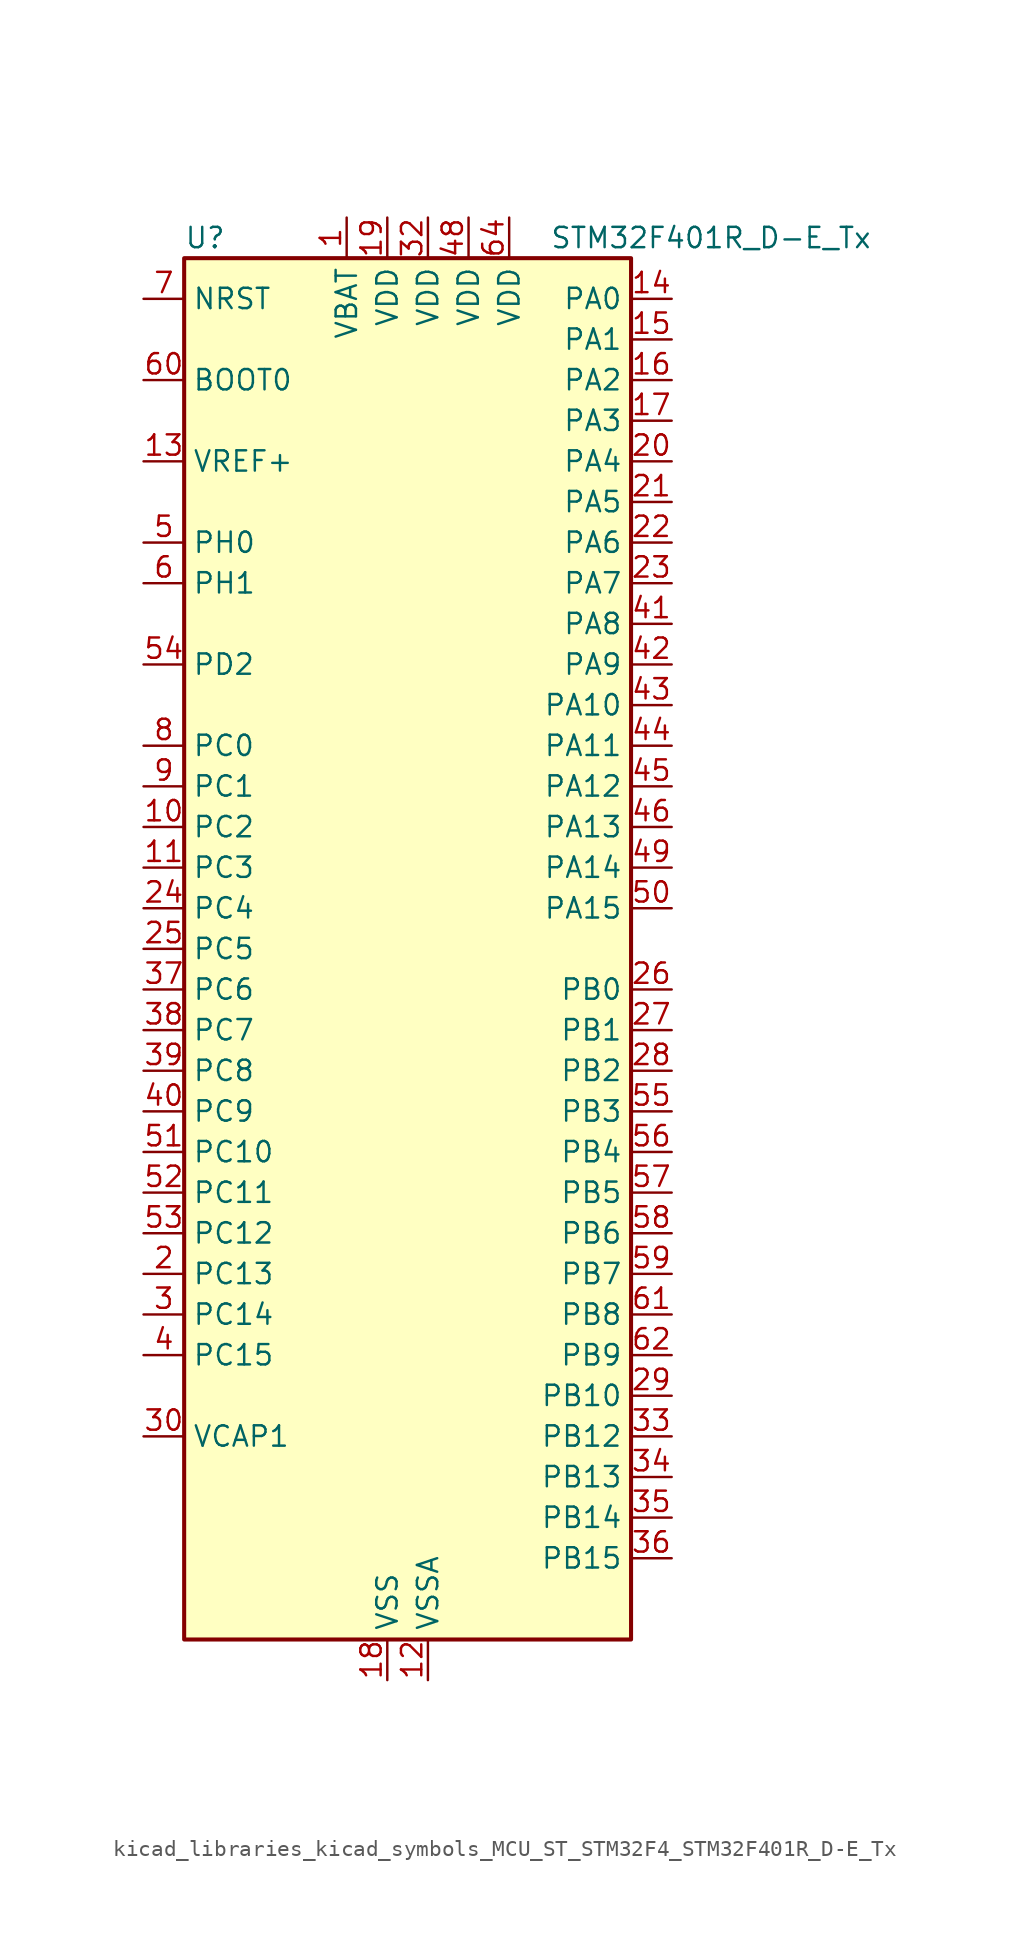
<source format=kicad_sym>
(kicad_symbol_lib
  (version 20220914)
  (generator kicad_symbol_editor)
  (symbol "kicad_libraries_kicad_symbols_MCU_ST_STM32F4_STM32F401R_D-E_Tx"
    (property "Reference" "U"
      (at -12.7 44.45 0)
      (effects (font (size 1.27 1.27)) (justify left)))
    (property "Value" "STM32F401R_D-E_Tx"
      (at 10.16 44.45 0)
      (effects (font (size 1.27 1.27)) (justify left)))
    (property "ki_locked" ""
      (at 0 0 0)
      (effects (font (size 1.27 1.27))))
    (symbol "kicad_libraries_kicad_symbols_MCU_ST_STM32F4_STM32F401R_D-E_Tx_0_1"
      (rectangle (start -12.7 -43.18) (end 15.24 43.18) (stroke (width 0.254) (type default)) (fill (type background))))
    (symbol "kicad_libraries_kicad_symbols_MCU_ST_STM32F4_STM32F401R_D-E_Tx_1_1"
      (pin power_in line (at -2.54 45.72 270) (length 2.54) (name "VBAT" (effects (font (size 1.27 1.27)))) (number "1" (effects (font (size 1.27 1.27)))))
      (pin bidirectional line (at -15.24 7.62 0) (length 2.54) (name "PC2" (effects (font (size 1.27 1.27)))) (number "10" (effects (font (size 1.27 1.27)))) (alternate "ADC1_IN12" bidirectional line) (alternate "I2S2_ext_SD" bidirectional line) (alternate "SPI2_MISO" bidirectional line))
      (pin bidirectional line (at -15.24 5.08 0) (length 2.54) (name "PC3" (effects (font (size 1.27 1.27)))) (number "11" (effects (font (size 1.27 1.27)))) (alternate "ADC1_IN13" bidirectional line) (alternate "I2S2_SD" bidirectional line) (alternate "SPI2_MOSI" bidirectional line))
      (pin power_in line (at 2.54 -45.72 90) (length 2.54) (name "VSSA" (effects (font (size 1.27 1.27)))) (number "12" (effects (font (size 1.27 1.27)))))
      (pin input line (at -15.24 30.48 0) (length 2.54) (name "VREF+" (effects (font (size 1.27 1.27)))) (number "13" (effects (font (size 1.27 1.27)))))
      (pin bidirectional line (at 17.78 40.64 180) (length 2.54) (name "PA0" (effects (font (size 1.27 1.27)))) (number "14" (effects (font (size 1.27 1.27)))) (alternate "ADC1_IN0" bidirectional line) (alternate "SYS_WKUP" bidirectional line) (alternate "TIM2_CH1" bidirectional line) (alternate "TIM2_ETR" bidirectional line) (alternate "TIM5_CH1" bidirectional line) (alternate "USART2_CTS" bidirectional line))
      (pin bidirectional line (at 17.78 38.1 180) (length 2.54) (name "PA1" (effects (font (size 1.27 1.27)))) (number "15" (effects (font (size 1.27 1.27)))) (alternate "ADC1_IN1" bidirectional line) (alternate "TIM2_CH2" bidirectional line) (alternate "TIM5_CH2" bidirectional line) (alternate "USART2_RTS" bidirectional line))
      (pin bidirectional line (at 17.78 35.56 180) (length 2.54) (name "PA2" (effects (font (size 1.27 1.27)))) (number "16" (effects (font (size 1.27 1.27)))) (alternate "ADC1_IN2" bidirectional line) (alternate "TIM2_CH3" bidirectional line) (alternate "TIM5_CH3" bidirectional line) (alternate "TIM9_CH1" bidirectional line) (alternate "USART2_TX" bidirectional line))
      (pin bidirectional line (at 17.78 33.02 180) (length 2.54) (name "PA3" (effects (font (size 1.27 1.27)))) (number "17" (effects (font (size 1.27 1.27)))) (alternate "ADC1_IN3" bidirectional line) (alternate "TIM2_CH4" bidirectional line) (alternate "TIM5_CH4" bidirectional line) (alternate "TIM9_CH2" bidirectional line) (alternate "USART2_RX" bidirectional line))
      (pin power_in line (at 0 -45.72 90) (length 2.54) (name "VSS" (effects (font (size 1.27 1.27)))) (number "18" (effects (font (size 1.27 1.27)))))
      (pin power_in line (at 0 45.72 270) (length 2.54) (name "VDD" (effects (font (size 1.27 1.27)))) (number "19" (effects (font (size 1.27 1.27)))))
      (pin bidirectional line (at -15.24 -20.32 0) (length 2.54) (name "PC13" (effects (font (size 1.27 1.27)))) (number "2" (effects (font (size 1.27 1.27)))) (alternate "RTC_AF1" bidirectional line))
      (pin bidirectional line (at 17.78 30.48 180) (length 2.54) (name "PA4" (effects (font (size 1.27 1.27)))) (number "20" (effects (font (size 1.27 1.27)))) (alternate "ADC1_IN4" bidirectional line) (alternate "I2S3_WS" bidirectional line) (alternate "SPI1_NSS" bidirectional line) (alternate "SPI3_NSS" bidirectional line) (alternate "USART2_CK" bidirectional line))
      (pin bidirectional line (at 17.78 27.94 180) (length 2.54) (name "PA5" (effects (font (size 1.27 1.27)))) (number "21" (effects (font (size 1.27 1.27)))) (alternate "ADC1_IN5" bidirectional line) (alternate "SPI1_SCK" bidirectional line) (alternate "TIM2_CH1" bidirectional line) (alternate "TIM2_ETR" bidirectional line))
      (pin bidirectional line (at 17.78 25.4 180) (length 2.54) (name "PA6" (effects (font (size 1.27 1.27)))) (number "22" (effects (font (size 1.27 1.27)))) (alternate "ADC1_IN6" bidirectional line) (alternate "SPI1_MISO" bidirectional line) (alternate "TIM1_BKIN" bidirectional line) (alternate "TIM3_CH1" bidirectional line))
      (pin bidirectional line (at 17.78 22.86 180) (length 2.54) (name "PA7" (effects (font (size 1.27 1.27)))) (number "23" (effects (font (size 1.27 1.27)))) (alternate "ADC1_IN7" bidirectional line) (alternate "SPI1_MOSI" bidirectional line) (alternate "TIM1_CH1N" bidirectional line) (alternate "TIM3_CH2" bidirectional line))
      (pin bidirectional line (at -15.24 2.54 0) (length 2.54) (name "PC4" (effects (font (size 1.27 1.27)))) (number "24" (effects (font (size 1.27 1.27)))) (alternate "ADC1_IN14" bidirectional line))
      (pin bidirectional line (at -15.24 0 0) (length 2.54) (name "PC5" (effects (font (size 1.27 1.27)))) (number "25" (effects (font (size 1.27 1.27)))) (alternate "ADC1_IN15" bidirectional line))
      (pin bidirectional line (at 17.78 -2.54 180) (length 2.54) (name "PB0" (effects (font (size 1.27 1.27)))) (number "26" (effects (font (size 1.27 1.27)))) (alternate "ADC1_IN8" bidirectional line) (alternate "TIM1_CH2N" bidirectional line) (alternate "TIM3_CH3" bidirectional line))
      (pin bidirectional line (at 17.78 -5.08 180) (length 2.54) (name "PB1" (effects (font (size 1.27 1.27)))) (number "27" (effects (font (size 1.27 1.27)))) (alternate "ADC1_IN9" bidirectional line) (alternate "TIM1_CH3N" bidirectional line) (alternate "TIM3_CH4" bidirectional line))
      (pin bidirectional line (at 17.78 -7.62 180) (length 2.54) (name "PB2" (effects (font (size 1.27 1.27)))) (number "28" (effects (font (size 1.27 1.27)))))
      (pin bidirectional line (at 17.78 -27.94 180) (length 2.54) (name "PB10" (effects (font (size 1.27 1.27)))) (number "29" (effects (font (size 1.27 1.27)))) (alternate "I2C2_SCL" bidirectional line) (alternate "I2S2_CK" bidirectional line) (alternate "SPI2_SCK" bidirectional line) (alternate "TIM2_CH3" bidirectional line))
      (pin bidirectional line (at -15.24 -22.86 0) (length 2.54) (name "PC14" (effects (font (size 1.27 1.27)))) (number "3" (effects (font (size 1.27 1.27)))) (alternate "RCC_OSC32_IN" bidirectional line))
      (pin power_out line (at -15.24 -30.48 0) (length 2.54) (name "VCAP1" (effects (font (size 1.27 1.27)))) (number "30" (effects (font (size 1.27 1.27)))))
      (pin passive line (at 0 -45.72 90) (length 2.54) hide (name "VSS" (effects (font (size 1.27 1.27)))) (number "31" (effects (font (size 1.27 1.27)))))
      (pin power_in line (at 2.54 45.72 270) (length 2.54) (name "VDD" (effects (font (size 1.27 1.27)))) (number "32" (effects (font (size 1.27 1.27)))))
      (pin bidirectional line (at 17.78 -30.48 180) (length 2.54) (name "PB12" (effects (font (size 1.27 1.27)))) (number "33" (effects (font (size 1.27 1.27)))) (alternate "I2C2_SMBA" bidirectional line) (alternate "I2S2_WS" bidirectional line) (alternate "SPI2_NSS" bidirectional line) (alternate "TIM1_BKIN" bidirectional line))
      (pin bidirectional line (at 17.78 -33.02 180) (length 2.54) (name "PB13" (effects (font (size 1.27 1.27)))) (number "34" (effects (font (size 1.27 1.27)))) (alternate "I2S2_CK" bidirectional line) (alternate "SPI2_SCK" bidirectional line) (alternate "TIM1_CH1N" bidirectional line))
      (pin bidirectional line (at 17.78 -35.56 180) (length 2.54) (name "PB14" (effects (font (size 1.27 1.27)))) (number "35" (effects (font (size 1.27 1.27)))) (alternate "I2S2_ext_SD" bidirectional line) (alternate "SPI2_MISO" bidirectional line) (alternate "TIM1_CH2N" bidirectional line))
      (pin bidirectional line (at 17.78 -38.1 180) (length 2.54) (name "PB15" (effects (font (size 1.27 1.27)))) (number "36" (effects (font (size 1.27 1.27)))) (alternate "ADC1_EXTI15" bidirectional line) (alternate "I2S2_SD" bidirectional line) (alternate "RTC_REFIN" bidirectional line) (alternate "SPI2_MOSI" bidirectional line) (alternate "TIM1_CH3N" bidirectional line))
      (pin bidirectional line (at -15.24 -2.54 0) (length 2.54) (name "PC6" (effects (font (size 1.27 1.27)))) (number "37" (effects (font (size 1.27 1.27)))) (alternate "I2S2_MCK" bidirectional line) (alternate "SDIO_D6" bidirectional line) (alternate "TIM3_CH1" bidirectional line) (alternate "USART6_TX" bidirectional line))
      (pin bidirectional line (at -15.24 -5.08 0) (length 2.54) (name "PC7" (effects (font (size 1.27 1.27)))) (number "38" (effects (font (size 1.27 1.27)))) (alternate "I2S3_MCK" bidirectional line) (alternate "SDIO_D7" bidirectional line) (alternate "TIM3_CH2" bidirectional line) (alternate "USART6_RX" bidirectional line))
      (pin bidirectional line (at -15.24 -7.62 0) (length 2.54) (name "PC8" (effects (font (size 1.27 1.27)))) (number "39" (effects (font (size 1.27 1.27)))) (alternate "SDIO_D0" bidirectional line) (alternate "TIM3_CH3" bidirectional line) (alternate "USART6_CK" bidirectional line))
      (pin bidirectional line (at -15.24 -25.4 0) (length 2.54) (name "PC15" (effects (font (size 1.27 1.27)))) (number "4" (effects (font (size 1.27 1.27)))) (alternate "ADC1_EXTI15" bidirectional line) (alternate "RCC_OSC32_OUT" bidirectional line))
      (pin bidirectional line (at -15.24 -10.16 0) (length 2.54) (name "PC9" (effects (font (size 1.27 1.27)))) (number "40" (effects (font (size 1.27 1.27)))) (alternate "I2C3_SDA" bidirectional line) (alternate "I2S_CKIN" bidirectional line) (alternate "RCC_MCO_2" bidirectional line) (alternate "SDIO_D1" bidirectional line) (alternate "TIM3_CH4" bidirectional line))
      (pin bidirectional line (at 17.78 20.32 180) (length 2.54) (name "PA8" (effects (font (size 1.27 1.27)))) (number "41" (effects (font (size 1.27 1.27)))) (alternate "I2C3_SCL" bidirectional line) (alternate "RCC_MCO_1" bidirectional line) (alternate "TIM1_CH1" bidirectional line) (alternate "USART1_CK" bidirectional line) (alternate "USB_OTG_FS_SOF" bidirectional line))
      (pin bidirectional line (at 17.78 17.78 180) (length 2.54) (name "PA9" (effects (font (size 1.27 1.27)))) (number "42" (effects (font (size 1.27 1.27)))) (alternate "I2C3_SMBA" bidirectional line) (alternate "TIM1_CH2" bidirectional line) (alternate "USART1_TX" bidirectional line) (alternate "USB_OTG_FS_VBUS" bidirectional line))
      (pin bidirectional line (at 17.78 15.24 180) (length 2.54) (name "PA10" (effects (font (size 1.27 1.27)))) (number "43" (effects (font (size 1.27 1.27)))) (alternate "TIM1_CH3" bidirectional line) (alternate "USART1_RX" bidirectional line) (alternate "USB_OTG_FS_ID" bidirectional line))
      (pin bidirectional line (at 17.78 12.7 180) (length 2.54) (name "PA11" (effects (font (size 1.27 1.27)))) (number "44" (effects (font (size 1.27 1.27)))) (alternate "ADC1_EXTI11" bidirectional line) (alternate "TIM1_CH4" bidirectional line) (alternate "USART1_CTS" bidirectional line) (alternate "USART6_TX" bidirectional line) (alternate "USB_OTG_FS_DM" bidirectional line))
      (pin bidirectional line (at 17.78 10.16 180) (length 2.54) (name "PA12" (effects (font (size 1.27 1.27)))) (number "45" (effects (font (size 1.27 1.27)))) (alternate "TIM1_ETR" bidirectional line) (alternate "USART1_RTS" bidirectional line) (alternate "USART6_RX" bidirectional line) (alternate "USB_OTG_FS_DP" bidirectional line))
      (pin bidirectional line (at 17.78 7.62 180) (length 2.54) (name "PA13" (effects (font (size 1.27 1.27)))) (number "46" (effects (font (size 1.27 1.27)))) (alternate "SYS_JTMS-SWDIO" bidirectional line))
      (pin passive line (at 0 -45.72 90) (length 2.54) hide (name "VSS" (effects (font (size 1.27 1.27)))) (number "47" (effects (font (size 1.27 1.27)))))
      (pin power_in line (at 5.08 45.72 270) (length 2.54) (name "VDD" (effects (font (size 1.27 1.27)))) (number "48" (effects (font (size 1.27 1.27)))))
      (pin bidirectional line (at 17.78 5.08 180) (length 2.54) (name "PA14" (effects (font (size 1.27 1.27)))) (number "49" (effects (font (size 1.27 1.27)))) (alternate "SYS_JTCK-SWCLK" bidirectional line))
      (pin bidirectional line (at -15.24 25.4 0) (length 2.54) (name "PH0" (effects (font (size 1.27 1.27)))) (number "5" (effects (font (size 1.27 1.27)))) (alternate "RCC_OSC_IN" bidirectional line))
      (pin bidirectional line (at 17.78 2.54 180) (length 2.54) (name "PA15" (effects (font (size 1.27 1.27)))) (number "50" (effects (font (size 1.27 1.27)))) (alternate "ADC1_EXTI15" bidirectional line) (alternate "I2S3_WS" bidirectional line) (alternate "SPI1_NSS" bidirectional line) (alternate "SPI3_NSS" bidirectional line) (alternate "SYS_JTDI" bidirectional line) (alternate "TIM2_CH1" bidirectional line) (alternate "TIM2_ETR" bidirectional line))
      (pin bidirectional line (at -15.24 -12.7 0) (length 2.54) (name "PC10" (effects (font (size 1.27 1.27)))) (number "51" (effects (font (size 1.27 1.27)))) (alternate "I2S3_CK" bidirectional line) (alternate "SDIO_D2" bidirectional line) (alternate "SPI3_SCK" bidirectional line))
      (pin bidirectional line (at -15.24 -15.24 0) (length 2.54) (name "PC11" (effects (font (size 1.27 1.27)))) (number "52" (effects (font (size 1.27 1.27)))) (alternate "ADC1_EXTI11" bidirectional line) (alternate "I2S3_ext_SD" bidirectional line) (alternate "SDIO_D3" bidirectional line) (alternate "SPI3_MISO" bidirectional line))
      (pin bidirectional line (at -15.24 -17.78 0) (length 2.54) (name "PC12" (effects (font (size 1.27 1.27)))) (number "53" (effects (font (size 1.27 1.27)))) (alternate "I2S3_SD" bidirectional line) (alternate "SDIO_CK" bidirectional line) (alternate "SPI3_MOSI" bidirectional line))
      (pin bidirectional line (at -15.24 17.78 0) (length 2.54) (name "PD2" (effects (font (size 1.27 1.27)))) (number "54" (effects (font (size 1.27 1.27)))) (alternate "SDIO_CMD" bidirectional line) (alternate "TIM3_ETR" bidirectional line))
      (pin bidirectional line (at 17.78 -10.16 180) (length 2.54) (name "PB3" (effects (font (size 1.27 1.27)))) (number "55" (effects (font (size 1.27 1.27)))) (alternate "I2C2_SDA" bidirectional line) (alternate "I2S3_CK" bidirectional line) (alternate "SPI1_SCK" bidirectional line) (alternate "SPI3_SCK" bidirectional line) (alternate "SYS_JTDO-SWO" bidirectional line) (alternate "TIM2_CH2" bidirectional line))
      (pin bidirectional line (at 17.78 -12.7 180) (length 2.54) (name "PB4" (effects (font (size 1.27 1.27)))) (number "56" (effects (font (size 1.27 1.27)))) (alternate "I2C3_SDA" bidirectional line) (alternate "I2S3_ext_SD" bidirectional line) (alternate "SPI1_MISO" bidirectional line) (alternate "SPI3_MISO" bidirectional line) (alternate "SYS_JTRST" bidirectional line) (alternate "TIM3_CH1" bidirectional line))
      (pin bidirectional line (at 17.78 -15.24 180) (length 2.54) (name "PB5" (effects (font (size 1.27 1.27)))) (number "57" (effects (font (size 1.27 1.27)))) (alternate "I2C1_SMBA" bidirectional line) (alternate "I2S3_SD" bidirectional line) (alternate "SPI1_MOSI" bidirectional line) (alternate "SPI3_MOSI" bidirectional line) (alternate "TIM3_CH2" bidirectional line))
      (pin bidirectional line (at 17.78 -17.78 180) (length 2.54) (name "PB6" (effects (font (size 1.27 1.27)))) (number "58" (effects (font (size 1.27 1.27)))) (alternate "I2C1_SCL" bidirectional line) (alternate "TIM4_CH1" bidirectional line) (alternate "USART1_TX" bidirectional line))
      (pin bidirectional line (at 17.78 -20.32 180) (length 2.54) (name "PB7" (effects (font (size 1.27 1.27)))) (number "59" (effects (font (size 1.27 1.27)))) (alternate "I2C1_SDA" bidirectional line) (alternate "TIM4_CH2" bidirectional line) (alternate "USART1_RX" bidirectional line))
      (pin bidirectional line (at -15.24 22.86 0) (length 2.54) (name "PH1" (effects (font (size 1.27 1.27)))) (number "6" (effects (font (size 1.27 1.27)))) (alternate "RCC_OSC_OUT" bidirectional line))
      (pin input line (at -15.24 35.56 0) (length 2.54) (name "BOOT0" (effects (font (size 1.27 1.27)))) (number "60" (effects (font (size 1.27 1.27)))))
      (pin bidirectional line (at 17.78 -22.86 180) (length 2.54) (name "PB8" (effects (font (size 1.27 1.27)))) (number "61" (effects (font (size 1.27 1.27)))) (alternate "I2C1_SCL" bidirectional line) (alternate "SDIO_D4" bidirectional line) (alternate "TIM10_CH1" bidirectional line) (alternate "TIM4_CH3" bidirectional line))
      (pin bidirectional line (at 17.78 -25.4 180) (length 2.54) (name "PB9" (effects (font (size 1.27 1.27)))) (number "62" (effects (font (size 1.27 1.27)))) (alternate "I2C1_SDA" bidirectional line) (alternate "I2S2_WS" bidirectional line) (alternate "SDIO_D5" bidirectional line) (alternate "SPI2_NSS" bidirectional line) (alternate "TIM11_CH1" bidirectional line) (alternate "TIM4_CH4" bidirectional line))
      (pin passive line (at 0 -45.72 90) (length 2.54) hide (name "VSS" (effects (font (size 1.27 1.27)))) (number "63" (effects (font (size 1.27 1.27)))))
      (pin power_in line (at 7.62 45.72 270) (length 2.54) (name "VDD" (effects (font (size 1.27 1.27)))) (number "64" (effects (font (size 1.27 1.27)))))
      (pin input line (at -15.24 40.64 0) (length 2.54) (name "NRST" (effects (font (size 1.27 1.27)))) (number "7" (effects (font (size 1.27 1.27)))))
      (pin bidirectional line (at -15.24 12.7 0) (length 2.54) (name "PC0" (effects (font (size 1.27 1.27)))) (number "8" (effects (font (size 1.27 1.27)))) (alternate "ADC1_IN10" bidirectional line))
      (pin bidirectional line (at -15.24 10.16 0) (length 2.54) (name "PC1" (effects (font (size 1.27 1.27)))) (number "9" (effects (font (size 1.27 1.27)))) (alternate "ADC1_IN11" bidirectional line)))))
</source>
